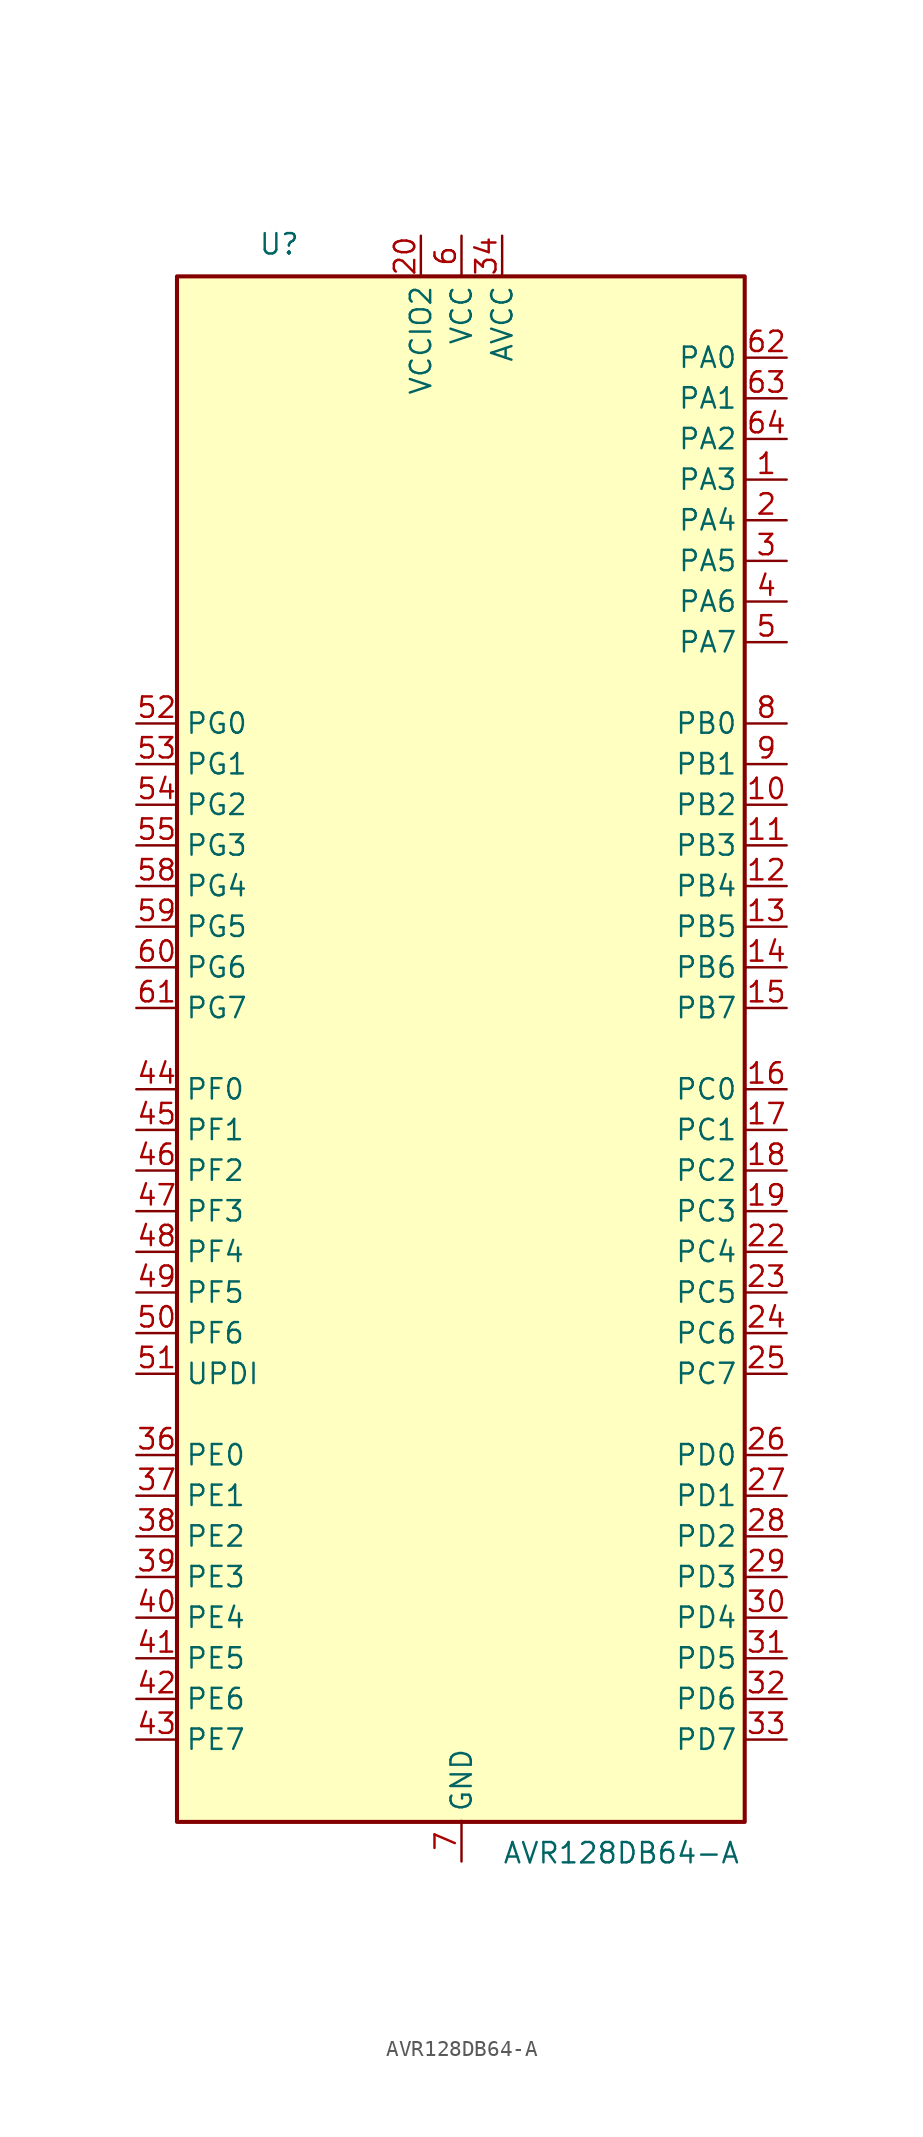
<source format=kicad_sym>
(kicad_symbol_lib
  (version 20211014)
  (generator kicad_symbol_editor)
  (symbol "AVR128DB64-A"
    (property "Reference" "U"
      (at -12.7 49.53 0)
      (effects (font (size 1.27 1.27)) (justify left bottom)))
    (property "Value" "AVR128DB64-A"
      (at 2.54 -49.53 0)
      (effects (font (size 1.27 1.27)) (justify left top)))
    (symbol "AVR128DB64-A_0_1"
      (rectangle (start -17.78 48.26) (end 17.699 -48.327) (stroke (width 0.254) (type default) (color 0 0 0 0)) (fill (type background))))
    (symbol "AVR128DB64-A_1_1"
      (pin bidirectional line (at 20.32 35.56 180) (length 2.54) (name "PA3" (effects (font (size 1.27 1.27)))) (number "1" (effects (font (size 1.27 1.27)))) (alternate "LUT0-OUT" output line) (alternate "TCA0-WO3" output line) (alternate "TCB1-WO" output line) (alternate "TWI0-SCL(MS)" bidirectional line) (alternate "USART0-XDIR" output line))
      (pin bidirectional line (at 20.32 15.24 180) (length 2.54) (name "PB2" (effects (font (size 1.27 1.27)))) (number "10" (effects (font (size 1.27 1.27)))) (alternate "EVOUTB" output line) (alternate "LUT4-IN2" input line) (alternate "TCA0-WO2(1)" output line) (alternate "TCA1-WO2" output line) (alternate "TWI1-SDA(MS)(0,2)" bidirectional line) (alternate "USART3-XCK" bidirectional line))
      (pin bidirectional line (at 20.32 12.7 180) (length 2.54) (name "PB3" (effects (font (size 1.27 1.27)))) (number "11" (effects (font (size 1.27 1.27)))) (alternate "LUT4-OUT" output line) (alternate "TCA0-WO3(1)" output line) (alternate "TCA1-WO3" output line) (alternate "USART1-SCL(MS)(0,2)" bidirectional line) (alternate "USART3-XDIR" output line))
      (pin bidirectional line (at 20.32 10.16 180) (length 2.54) (name "PB4" (effects (font (size 1.27 1.27)))) (number "12" (effects (font (size 1.27 1.27)))) (alternate "SPI1-MOSI(2)" bidirectional line) (alternate "TCA0-WO4(1)" output line) (alternate "TCA1-WO4" output line) (alternate "TCB2-WO(1)" output line) (alternate "TCD0-WOA(1)" output line) (alternate "USART3-TXD(1)" bidirectional line))
      (pin bidirectional line (at 20.32 7.62 180) (length 2.54) (name "PB5" (effects (font (size 1.27 1.27)))) (number "13" (effects (font (size 1.27 1.27)))) (alternate "SPI1-MISO(2)" bidirectional line) (alternate "TCA0-WO5(1)" output line) (alternate "TCA1-WO5" output line) (alternate "TCB3-WO" output line) (alternate "TCD0-WOB(1)" output line) (alternate "USART3-RXD(1)" input line))
      (pin bidirectional line (at 20.32 5.08 180) (length 2.54) (name "PB6" (effects (font (size 1.27 1.27)))) (number "14" (effects (font (size 1.27 1.27)))) (alternate "LUT4-OUT(1)" output line) (alternate "SPI1-SCK(2)" bidirectional line) (alternate "TCD0-WOC(1)" output line) (alternate "TWI1-SDA(S)(1,2)" input line) (alternate "USART3-XCK(1)" bidirectional line))
      (pin bidirectional line (at 20.32 2.54 180) (length 2.54) (name "PB7" (effects (font (size 1.27 1.27)))) (number "15" (effects (font (size 1.27 1.27)))) (alternate "EVOUTB(1)" output line) (alternate "SPI1-~{SS}(2)" bidirectional line) (alternate "TCD0-WOD(1)" output line) (alternate "TWI1-SCL(S)(1,2)" input line) (alternate "USART3-XDIR(1)" output line))
      (pin bidirectional line (at 20.32 -2.54 180) (length 2.54) (name "PC0" (effects (font (size 1.27 1.27)))) (number "16" (effects (font (size 1.27 1.27)))) (alternate "LUT1-IN0" input line) (alternate "SPI1-MOSI" bidirectional line) (alternate "TCA0-WO0(2)" output line) (alternate "TCB2-WO" output line) (alternate "USART1-TXD" bidirectional line))
      (pin bidirectional line (at 20.32 -5.08 180) (length 2.54) (name "PC1" (effects (font (size 1.27 1.27)))) (number "17" (effects (font (size 1.27 1.27)))) (alternate "LUT1-IN1" input line) (alternate "SPI1-MISO" bidirectional line) (alternate "TCA0-WO1(2)" output line) (alternate "TCB3-WO(1)" output line) (alternate "USART1-RXD" input line))
      (pin bidirectional line (at 20.32 -7.62 180) (length 2.54) (name "PC2" (effects (font (size 1.27 1.27)))) (number "18" (effects (font (size 1.27 1.27)))) (alternate "EVOUTC" output line) (alternate "LUT1-IN2" input line) (alternate "SPI1-SCK" bidirectional line) (alternate "TCA-WO2(2)" output line) (alternate "TWI0-SDA(MS+)(0,2)" bidirectional line) (alternate "USART1-XCK" bidirectional line))
      (pin bidirectional line (at 20.32 -10.16 180) (length 2.54) (name "PC3" (effects (font (size 1.27 1.27)))) (number "19" (effects (font (size 1.27 1.27)))) (alternate "LUT1-OUT" output line) (alternate "SPI1-~{SS}" bidirectional line) (alternate "TCA0-WO3(2)" output line) (alternate "TWI0-SCL(MS)(0,2" bidirectional line) (alternate "USART1-XDIR" output line))
      (pin bidirectional line (at 20.32 33.02 180) (length 2.54) (name "PA4" (effects (font (size 1.27 1.27)))) (number "2" (effects (font (size 1.27 1.27)))) (alternate "SPI0-MOSI" bidirectional line) (alternate "TCA0-WO4" output line) (alternate "TCD0-WOA" output line) (alternate "USART0-TXD(1)" bidirectional line))
      (pin power_in line (at -2.54 50.8 270) (length 2.54) (name "VCCIO2" (effects (font (size 1.27 1.27)))) (number "20" (effects (font (size 1.27 1.27)))))
      (pin power_in line (at 0 -50.8 90) (length 2.54) hide (name "GND" (effects (font (size 1.27 1.27)))) (number "21" (effects (font (size 1.27 1.27)))))
      (pin bidirectional line (at 20.32 -12.7 180) (length 2.54) (name "PC4" (effects (font (size 1.27 1.27)))) (number "22" (effects (font (size 1.27 1.27)))) (alternate "SPI1-MOSI(1)" bidirectional line) (alternate "TCA0-WO4(2)" output line) (alternate "TCA1-WO0(1)" output line) (alternate "USART1-TXD(1)" bidirectional line))
      (pin bidirectional line (at 20.32 -15.24 180) (length 2.54) (name "PC5" (effects (font (size 1.27 1.27)))) (number "23" (effects (font (size 1.27 1.27)))) (alternate "SPI1-MISO(1)" bidirectional line) (alternate "TCA0-WO5(2)" output line) (alternate "TCA1-WO1(1)" output line) (alternate "USART1-RXD(1)" input line))
      (pin bidirectional line (at 20.32 -17.78 180) (length 2.54) (name "PC6" (effects (font (size 1.27 1.27)))) (number "24" (effects (font (size 1.27 1.27)))) (alternate "AC0-OUT(1)" output line) (alternate "AC1-OUT(1)" output line) (alternate "AC2-OUT(1)" output line) (alternate "LUT1-OUT(1)" output line) (alternate "SPI1-SCK(1)" bidirectional line) (alternate "TCA-WO2(2)" output line) (alternate "TWI0-SDA(S)(1,2)" bidirectional line) (alternate "USART1-XCK(1)" bidirectional line))
      (pin bidirectional line (at 20.32 -20.32 180) (length 2.54) (name "PC7" (effects (font (size 1.27 1.27)))) (number "25" (effects (font (size 1.27 1.27)))) (alternate "EVOUTC(1)" output line) (alternate "SPI1-~{SS}(1)" bidirectional line) (alternate "TWI0-SCL(S)(1,2)" bidirectional line) (alternate "USART1-XDIR(1)" output line) (alternate "ZCD0-OUT(1)" output line) (alternate "ZCD1-OUT(1)" output line) (alternate "ZCD2-OUT(1)" output line))
      (pin bidirectional line (at 20.32 -25.4 180) (length 2.54) (name "PD0" (effects (font (size 1.27 1.27)))) (number "26" (effects (font (size 1.27 1.27)))) (alternate "AC0-AINN1" input line) (alternate "AC1-AINN1" input line) (alternate "AC2-AINN1" input line) (alternate "ADC0-AIN0" input line) (alternate "LUT2-IN0" input line) (alternate "TC0-WO0(3)" output line))
      (pin bidirectional line (at 20.32 -27.94 180) (length 2.54) (name "PD1" (effects (font (size 1.27 1.27)))) (number "27" (effects (font (size 1.27 1.27)))) (alternate "ADC0-AIN1" input line) (alternate "LUT2-IN1" input line) (alternate "OP0-INP" input line) (alternate "TCA0-WO1(3)" output line) (alternate "ZCD0-ZCIN" input line))
      (pin bidirectional line (at 20.32 -30.48 180) (length 2.54) (name "PD2" (effects (font (size 1.27 1.27)))) (number "28" (effects (font (size 1.27 1.27)))) (alternate "AC0-AINP0" input line) (alternate "AC1-AINP0" input line) (alternate "AC2-AINP0" input line) (alternate "ADC0-AIN2" input line) (alternate "EVOUTD" output line) (alternate "LUT2-IN2" input line) (alternate "OP0-OUT" output line) (alternate "TCA0-WO2(3)" output line))
      (pin bidirectional line (at 20.32 -33.02 180) (length 2.54) (name "PD3" (effects (font (size 1.27 1.27)))) (number "29" (effects (font (size 1.27 1.27)))) (alternate "AC0-AINN0" input line) (alternate "AC1-AINP1" input line) (alternate "ADC0-AIN3" input line) (alternate "LUT2-OUT" output line) (alternate "OP0-INN" input line) (alternate "TCA0-WO3(3)" output line))
      (pin bidirectional line (at 20.32 30.48 180) (length 2.54) (name "PA5" (effects (font (size 1.27 1.27)))) (number "3" (effects (font (size 1.27 1.27)))) (alternate "SPI0-MISO" bidirectional line) (alternate "TCA0-WO5" output line) (alternate "TCD0-WOB" output line) (alternate "USART0-RXD(1)" input line))
      (pin bidirectional line (at 20.32 -35.56 180) (length 2.54) (name "PD4" (effects (font (size 1.27 1.27)))) (number "30" (effects (font (size 1.27 1.27)))) (alternate "AC1-AINP2" input line) (alternate "AC2-AINP1" input line) (alternate "ADC0-AIN4" input line) (alternate "OP1-INP" input line) (alternate "TCA0-WO4(3)" output line))
      (pin bidirectional line (at 20.32 -38.1 180) (length 2.54) (name "PD5" (effects (font (size 1.27 1.27)))) (number "31" (effects (font (size 1.27 1.27)))) (alternate "AC1-AINN0" input line) (alternate "ADC0-AIN5" input line) (alternate "OP1-OUT" output line) (alternate "TCA0-WO5(3)" output line))
      (pin bidirectional line (at 20.32 -40.64 180) (length 2.54) (name "PD6" (effects (font (size 1.27 1.27)))) (number "32" (effects (font (size 1.27 1.27)))) (alternate "AC0-AINP3" input line) (alternate "AC1-AINP3" input line) (alternate "AC2-AINP3" input line) (alternate "ADC0-AIN6" input line) (alternate "DAC0-OUT" output line) (alternate "LUT2-OUT(1)" output line))
      (pin bidirectional line (at 20.32 -43.18 180) (length 2.54) (name "PD7" (effects (font (size 1.27 1.27)))) (number "33" (effects (font (size 1.27 1.27)))) (alternate "AC0-AINN2" input line) (alternate "AC1-AINN2" input line) (alternate "AC2-AINN0/2" input line) (alternate "ADC0-AIN7" input line) (alternate "EVOUTD(1)" output line) (alternate "OP1-INN" input line) (alternate "VREFA" input line))
      (pin power_in line (at 2.54 50.8 270) (length 2.54) (name "AVCC" (effects (font (size 1.27 1.27)))) (number "34" (effects (font (size 1.27 1.27)))))
      (pin power_in line (at 0 -50.8 90) (length 2.54) hide (name "GND" (effects (font (size 1.27 1.27)))) (number "35" (effects (font (size 1.27 1.27)))))
      (pin bidirectional line (at -20.32 -25.4 0) (length 2.54) (name "PE0" (effects (font (size 1.27 1.27)))) (number "36" (effects (font (size 1.27 1.27)))) (alternate "AC0-AINP1" input line) (alternate "ADC0-AIN8" input line) (alternate "SPI0-MOSI(1)" bidirectional line) (alternate "TCA0-WO0(4)" output line) (alternate "USART4-TXD" output line))
      (pin bidirectional line (at -20.32 -27.94 0) (length 2.54) (name "PE1" (effects (font (size 1.27 1.27)))) (number "37" (effects (font (size 1.27 1.27)))) (alternate "AC2-AINP2" input line) (alternate "ADC-AIN9" input line) (alternate "OP2-INP" input line) (alternate "SPI0-MISO(1)" bidirectional line) (alternate "TCA0-WO1(4)" output line) (alternate "USART4-RXD" input line))
      (pin bidirectional line (at -20.32 -30.48 0) (length 2.54) (name "PE2" (effects (font (size 1.27 1.27)))) (number "38" (effects (font (size 1.27 1.27)))) (alternate "AC0-AINP2" input line) (alternate "ADC0-AIN10" input line) (alternate "EVOUTE" output line) (alternate "OP2-OUT" output line) (alternate "SPI0-SCK(1)" bidirectional line) (alternate "TCA0-WO2(4)" output line) (alternate "USART4-XCK" bidirectional line))
      (pin bidirectional line (at -20.32 -33.02 0) (length 2.54) (name "PE3" (effects (font (size 1.27 1.27)))) (number "39" (effects (font (size 1.27 1.27)))) (alternate "ADC0-AIN11" input line) (alternate "OP2-INN" input line) (alternate "SPI0-~{SS}(1)" bidirectional line) (alternate "TCA0-WO3(4)" output line) (alternate "USART4-XDIR" output line) (alternate "ZCD1-ZCIN" input line))
      (pin bidirectional line (at 20.32 27.94 180) (length 2.54) (name "PA6" (effects (font (size 1.27 1.27)))) (number "4" (effects (font (size 1.27 1.27)))) (alternate "LUT0-OUT(1)" output line) (alternate "SPI0-SCK" bidirectional line) (alternate "TCD0-WOC" output line) (alternate "USART0-XCK(1)" bidirectional line))
      (pin bidirectional line (at -20.32 -35.56 0) (length 2.54) (name "PE4" (effects (font (size 1.27 1.27)))) (number "40" (effects (font (size 1.27 1.27)))) (alternate "ADC0-AIN12" input line) (alternate "TCA0-WO4(4)" output line) (alternate "TCA1-WO0(2)" output line) (alternate "USART4-TXD(1)" bidirectional line))
      (pin bidirectional line (at -20.32 -38.1 0) (length 2.54) (name "PE5" (effects (font (size 1.27 1.27)))) (number "41" (effects (font (size 1.27 1.27)))) (alternate "ADC0-AIN13" input line) (alternate "TCA0-WO5(4)" output line) (alternate "TCA1-WO1(2)" output line) (alternate "USART4-RXD(1)" input line))
      (pin bidirectional line (at -20.32 -40.64 0) (length 2.54) (name "PE6" (effects (font (size 1.27 1.27)))) (number "42" (effects (font (size 1.27 1.27)))) (alternate "ADC0-AIN14" input line) (alternate "TCA1-WO2(2)" output line) (alternate "USART4-XCK(1)" bidirectional line))
      (pin bidirectional line (at -20.32 -43.18 0) (length 2.54) (name "PE7" (effects (font (size 1.27 1.27)))) (number "43" (effects (font (size 1.27 1.27)))) (alternate "ADC0-AIN15" input line) (alternate "EVOUTE(1)" output line) (alternate "USART4-XDIR(1)" output line) (alternate "ZCD2-ZCIN" input line))
      (pin bidirectional line (at -20.32 -2.54 0) (length 2.54) (name "PF0" (effects (font (size 1.27 1.27)))) (number "44" (effects (font (size 1.27 1.27)))) (alternate "ADC0-AIN16(P)" input line) (alternate "LUT3-IN0" input line) (alternate "TCA0-WO0(5)" output line) (alternate "TCD0-WOA(2)" output line) (alternate "USART2-TXD" bidirectional line) (alternate "XTAL32K1" passive line))
      (pin bidirectional line (at -20.32 -5.08 0) (length 2.54) (name "PF1" (effects (font (size 1.27 1.27)))) (number "45" (effects (font (size 1.27 1.27)))) (alternate "ADC0-AIN17(P)" input line) (alternate "LUT3-IN1" input line) (alternate "TCA0-WO1(5)" output line) (alternate "TCD0-WOB(2)" output line) (alternate "USART2-RXD" input line) (alternate "XTAL32K2" passive line))
      (pin bidirectional line (at -20.32 -7.62 0) (length 2.54) (name "PF2" (effects (font (size 1.27 1.27)))) (number "46" (effects (font (size 1.27 1.27)))) (alternate "ADC0-AIN18(P)" input line) (alternate "EVOUTF" output line) (alternate "LUT3-IN2" input line) (alternate "TCA0-WO2(5)" output line) (alternate "TCD0-WOC(2)" output line) (alternate "TWI1-SDA(MS+)" bidirectional line) (alternate "USART2-XCK" bidirectional line))
      (pin bidirectional line (at -20.32 -10.16 0) (length 2.54) (name "PF3" (effects (font (size 1.27 1.27)))) (number "47" (effects (font (size 1.27 1.27)))) (alternate "ADC0-AIN19(P)" input line) (alternate "LUT3-OUT" output line) (alternate "TCA0-WO3(5)" output line) (alternate "TCD0-WOD(2)" output line) (alternate "TWI1-SCL(MS+)" bidirectional line) (alternate "USART2-XDIR" output line))
      (pin bidirectional line (at -20.32 -12.7 0) (length 2.54) (name "PF4" (effects (font (size 1.27 1.27)))) (number "48" (effects (font (size 1.27 1.27)))) (alternate "ADC0-AIN20(P)" input line) (alternate "TCA0-WO4(5)" output line) (alternate "TCB0-WO(1)" output line) (alternate "USART2-TXD(1)" output line))
      (pin bidirectional line (at -20.32 -15.24 0) (length 2.54) (name "PF5" (effects (font (size 1.27 1.27)))) (number "49" (effects (font (size 1.27 1.27)))) (alternate "ADC0-AIN21(P)" input line) (alternate "TCA0-WO5(5)" output line) (alternate "TCB1-WO(1)" output line) (alternate "USART2-RXD(1)" input line))
      (pin bidirectional line (at 20.32 25.4 180) (length 2.54) (name "PA7" (effects (font (size 1.27 1.27)))) (number "5" (effects (font (size 1.27 1.27)))) (alternate "AC0-OUT" output line) (alternate "AC1-OUT" output line) (alternate "AC2-OUT" output line) (alternate "CLKOUT" output line) (alternate "EVOUTA(1)" output line) (alternate "SPI0-~{SS}" bidirectional line) (alternate "TCD0-WOD" output line) (alternate "USART0-XDIR(1)" output line) (alternate "ZCD0-OUT" output line) (alternate "ZCD1-OUT" output line) (alternate "ZDC2-OUT" output line))
      (pin input line (at -20.32 -17.78 0) (length 2.54) (name "PF6" (effects (font (size 1.27 1.27)))) (number "50" (effects (font (size 1.27 1.27)))) (alternate "~{RESET}" input line))
      (pin bidirectional line (at -20.32 -20.32 0) (length 2.54) (name "UPDI" (effects (font (size 1.27 1.27)))) (number "51" (effects (font (size 1.27 1.27)))))
      (pin bidirectional line (at -20.32 20.32 0) (length 2.54) (name "PG0" (effects (font (size 1.27 1.27)))) (number "52" (effects (font (size 1.27 1.27)))) (alternate "LUT5-IN0" input line) (alternate "TCA0-WO0(6)" output line) (alternate "TCA1-WO0(3)" output line) (alternate "USART5-TXD" bidirectional line))
      (pin bidirectional line (at -20.32 17.78 0) (length 2.54) (name "PG1" (effects (font (size 1.27 1.27)))) (number "53" (effects (font (size 1.27 1.27)))) (alternate "LUT5-IN1" input line) (alternate "TCA0-WO1(6)" output line) (alternate "TCA1-WO1(3)" output line) (alternate "USART5-RXD" input line))
      (pin bidirectional line (at -20.32 15.24 0) (length 2.54) (name "PG2" (effects (font (size 1.27 1.27)))) (number "54" (effects (font (size 1.27 1.27)))) (alternate "EVOUTG" output line) (alternate "LUT5-IN2" input line) (alternate "TCA0-WO2(6)" output line) (alternate "TCA1-WO2(3)" output line) (alternate "USART5-XCK" bidirectional line))
      (pin bidirectional line (at -20.32 12.7 0) (length 2.54) (name "PG3" (effects (font (size 1.27 1.27)))) (number "55" (effects (font (size 1.27 1.27)))) (alternate "LUT5-OUT" output line) (alternate "TCA0-WO3(6)" output line) (alternate "TCA1-WO3(3)" output line) (alternate "TCB4-WO" output line) (alternate "USART5-XDIR" output line))
      (pin power_in line (at 0 50.8 270) (length 2.54) hide (name "VCC" (effects (font (size 1.27 1.27)))) (number "56" (effects (font (size 1.27 1.27)))))
      (pin power_in line (at 0 -50.8 90) (length 2.54) hide (name "GND" (effects (font (size 1.27 1.27)))) (number "57" (effects (font (size 1.27 1.27)))))
      (pin bidirectional line (at -20.32 10.16 0) (length 2.54) (name "PG4" (effects (font (size 1.27 1.27)))) (number "58" (effects (font (size 1.27 1.27)))) (alternate "SPI0-MOSI(2)" bidirectional line) (alternate "TCA0-WO4(6)" output line) (alternate "TCA1-WO4(3)" output line) (alternate "TCD0-WOB(3)" output line) (alternate "USART5-TXD(1)" bidirectional line))
      (pin bidirectional line (at -20.32 7.62 0) (length 2.54) (name "PG5" (effects (font (size 1.27 1.27)))) (number "59" (effects (font (size 1.27 1.27)))) (alternate "SPI0-MISO(2)" bidirectional line) (alternate "TCA0-WO5(6)" output line) (alternate "TCA1-WO5(3)" output line) (alternate "TCD0-WOB(3)" output line) (alternate "USART5-RXD(1)" input line))
      (pin power_in line (at 0 50.8 270) (length 2.54) (name "VCC" (effects (font (size 1.27 1.27)))) (number "6" (effects (font (size 1.27 1.27)))))
      (pin bidirectional line (at -20.32 5.08 0) (length 2.54) (name "PG6" (effects (font (size 1.27 1.27)))) (number "60" (effects (font (size 1.27 1.27)))) (alternate "LUT5-OUT(1)" output line) (alternate "SPI0-SCK(2)" bidirectional line) (alternate "TCD0-WOC(3)" output line) (alternate "USART5-XCK(1)" bidirectional line))
      (pin bidirectional line (at -20.32 2.54 0) (length 2.54) (name "PG7" (effects (font (size 1.27 1.27)))) (number "61" (effects (font (size 1.27 1.27)))) (alternate "EVOUTG(1)" output line) (alternate "SPI0-~{SS}(2)" bidirectional line) (alternate "TCD-WOD(3)" output line) (alternate "USART5-XDIR(1)" output line))
      (pin bidirectional line (at 20.32 43.18 180) (length 2.54) (name "PA0" (effects (font (size 1.27 1.27)))) (number "62" (effects (font (size 1.27 1.27)))) (alternate "EXTCLK" input clock) (alternate "LUT0-IN0" input line) (alternate "TCA0-WO0" output line) (alternate "USART0-TXD" bidirectional line) (alternate "XTALHF1" passive line))
      (pin bidirectional line (at 20.32 40.64 180) (length 2.54) (name "PA1" (effects (font (size 1.27 1.27)))) (number "63" (effects (font (size 1.27 1.27)))) (alternate "LUT0-IN1" input line) (alternate "TCA0-WO1" output line) (alternate "USART0-RXD" input line) (alternate "XTALHF2" passive clock))
      (pin bidirectional line (at 20.32 38.1 180) (length 2.54) (name "PA2" (effects (font (size 1.27 1.27)))) (number "64" (effects (font (size 1.27 1.27)))) (alternate "EVOUTA" output line) (alternate "LUT0-IN2" input line) (alternate "TCA0-WO2" output line) (alternate "TCB0-WO" output line) (alternate "TWI0-SDA(MS)" bidirectional line) (alternate "USART0-XCK" bidirectional line))
      (pin power_in line (at 0 -50.8 90) (length 2.54) (name "GND" (effects (font (size 1.27 1.27)))) (number "7" (effects (font (size 1.27 1.27)))))
      (pin bidirectional line (at 20.32 20.32 180) (length 2.54) (name "PB0" (effects (font (size 1.27 1.27)))) (number "8" (effects (font (size 1.27 1.27)))) (alternate "LUT4-IN0" input line) (alternate "TCA0-WO0(1)" output line) (alternate "TCA1-WO0" output line) (alternate "UART3-TXD" bidirectional line))
      (pin bidirectional line (at 20.32 17.78 180) (length 2.54) (name "PB1" (effects (font (size 1.27 1.27)))) (number "9" (effects (font (size 1.27 1.27)))) (alternate "LUT4-IN1" input line) (alternate "TCA0-WO1(1)" output line) (alternate "TCA1-WO0" output line) (alternate "USART3-RXD" input line)))))
</source>
